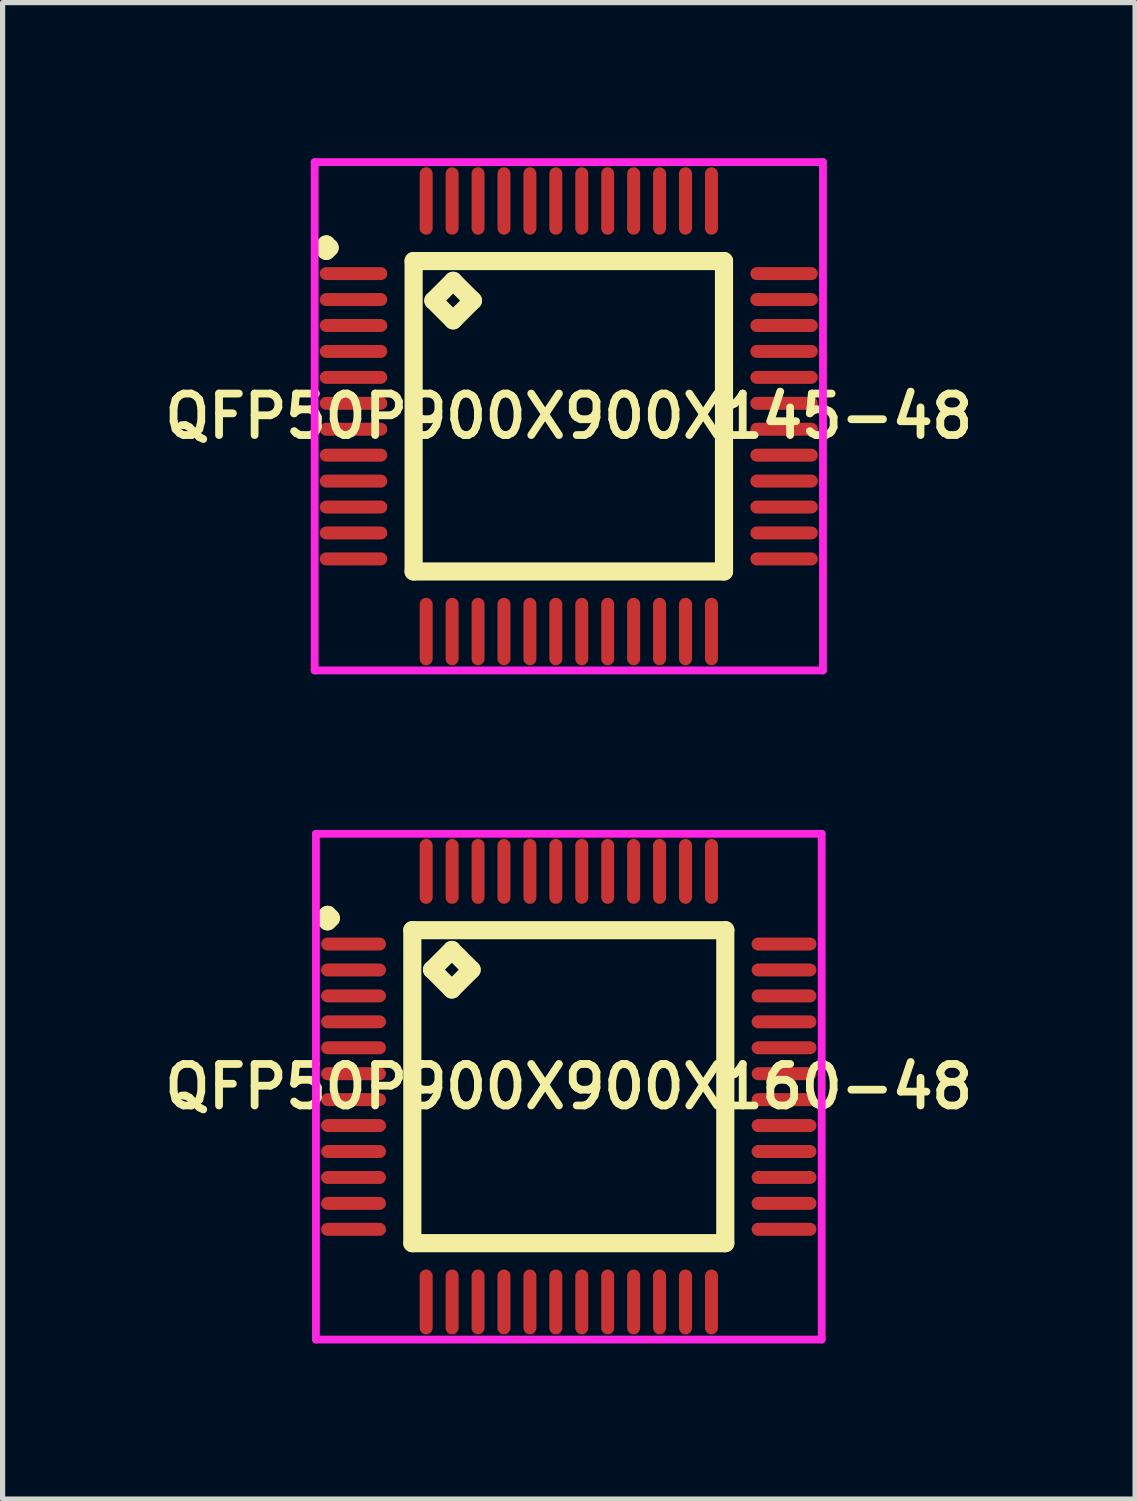
<source format=kicad_pcb>
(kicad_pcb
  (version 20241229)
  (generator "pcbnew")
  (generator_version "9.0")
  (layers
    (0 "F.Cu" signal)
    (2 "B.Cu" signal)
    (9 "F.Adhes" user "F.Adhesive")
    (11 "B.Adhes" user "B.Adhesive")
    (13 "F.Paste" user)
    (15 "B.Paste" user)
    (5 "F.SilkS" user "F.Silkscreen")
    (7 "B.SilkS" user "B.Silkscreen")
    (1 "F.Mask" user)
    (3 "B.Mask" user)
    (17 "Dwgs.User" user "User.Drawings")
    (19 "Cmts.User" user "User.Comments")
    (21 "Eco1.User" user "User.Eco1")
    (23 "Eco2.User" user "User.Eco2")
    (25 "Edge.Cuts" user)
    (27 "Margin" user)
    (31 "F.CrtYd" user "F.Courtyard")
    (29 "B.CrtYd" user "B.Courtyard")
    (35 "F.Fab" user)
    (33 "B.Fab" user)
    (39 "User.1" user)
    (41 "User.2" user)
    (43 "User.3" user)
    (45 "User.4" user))
  (footprint "QFP50P900X900X160-48"
    (layer "F.Cu")
    (at 7.916 17.9)
    (property "Reference" "QFP50P900X900X160-48" (at 0 0 0) (layer "F.SilkS") (effects (font (size 0.8 0.8) (thickness 0.15))))
    (attr smd)
    (fp_line (start -4.713 -3.25) (end -4.65 -3.312) (stroke (width 0.35) (type solid)) (layer "F.SilkS"))
    (fp_line (start -4.65 -3.312) (end -4.588 -3.25) (stroke (width 0.35) (type solid)) (layer "F.SilkS"))
    (fp_line (start -4.65 -3.188) (end -4.713 -3.25) (stroke (width 0.35) (type solid)) (layer "F.SilkS"))
    (fp_line (start -4.588 -3.25) (end -4.65 -3.188) (stroke (width 0.35) (type solid)) (layer "F.SilkS"))
    (fp_line (start -3.017 -3.017) (end -3.017 3.017) (stroke (width 0.35) (type solid)) (layer "F.SilkS"))
    (fp_line (start -3.017 3.017) (end 3.017 3.017) (stroke (width 0.35) (type solid)) (layer "F.SilkS"))
    (fp_line (start -2.636 -2.255) (end -2.255 -2.636) (stroke (width 0.35) (type solid)) (layer "F.SilkS"))
    (fp_line (start -2.255 -2.636) (end -1.874 -2.255) (stroke (width 0.35) (type solid)) (layer "F.SilkS"))
    (fp_line (start -2.255 -1.874) (end -2.636 -2.255) (stroke (width 0.35) (type solid)) (layer "F.SilkS"))
    (fp_line (start -1.874 -2.255) (end -2.255 -1.874) (stroke (width 0.35) (type solid)) (layer "F.SilkS"))
    (fp_line (start 3.017 -3.017) (end -3.017 -3.017) (stroke (width 0.35) (type solid)) (layer "F.SilkS"))
    (fp_line (start 3.017 3.017) (end 3.017 -3.017) (stroke (width 0.35) (type solid)) (layer "F.SilkS"))
    (fp_line (start -4.875 -4.875) (end 4.875 -4.875) (stroke (width 0.15) (type solid)) (layer "F.CrtYd"))
    (fp_line (start -4.875 4.875) (end -4.875 -4.875) (stroke (width 0.15) (type solid)) (layer "F.CrtYd"))
    (fp_line (start 4.875 -4.875) (end 4.875 4.875) (stroke (width 0.15) (type solid)) (layer "F.CrtYd"))
    (fp_line (start 4.875 4.875) (end -4.875 4.875) (stroke (width 0.15) (type solid)) (layer "F.CrtYd"))
    (pad "1" smd oval (at -4.15 -2.75) (size 1.25 0.25) (layers "F.Cu" "F.Mask" "F.Paste"))
    (pad "2" smd oval (at -4.15 -2.25) (size 1.25 0.25) (layers "F.Cu" "F.Mask" "F.Paste"))
    (pad "3" smd oval (at -4.15 -1.75) (size 1.25 0.25) (layers "F.Cu" "F.Mask" "F.Paste"))
    (pad "4" smd oval (at -4.15 -1.25) (size 1.25 0.25) (layers "F.Cu" "F.Mask" "F.Paste"))
    (pad "5" smd oval (at -4.15 -0.75) (size 1.25 0.25) (layers "F.Cu" "F.Mask" "F.Paste"))
    (pad "6" smd oval (at -4.15 -0.25) (size 1.25 0.25) (layers "F.Cu" "F.Mask" "F.Paste"))
    (pad "7" smd oval (at -4.15 0.25) (size 1.25 0.25) (layers "F.Cu" "F.Mask" "F.Paste"))
    (pad "8" smd oval (at -4.15 0.75) (size 1.25 0.25) (layers "F.Cu" "F.Mask" "F.Paste"))
    (pad "9" smd oval (at -4.15 1.25) (size 1.25 0.25) (layers "F.Cu" "F.Mask" "F.Paste"))
    (pad "10" smd oval (at -4.15 1.75) (size 1.25 0.25) (layers "F.Cu" "F.Mask" "F.Paste"))
    (pad "11" smd oval (at -4.15 2.25) (size 1.25 0.25) (layers "F.Cu" "F.Mask" "F.Paste"))
    (pad "12" smd oval (at -4.15 2.75) (size 1.25 0.25) (layers "F.Cu" "F.Mask" "F.Paste"))
    (pad "13" smd oval (at -2.75 4.15) (size 0.25 1.25) (layers "F.Cu" "F.Mask" "F.Paste"))
    (pad "14" smd oval (at -2.25 4.15) (size 0.25 1.25) (layers "F.Cu" "F.Mask" "F.Paste"))
    (pad "15" smd oval (at -1.75 4.15) (size 0.25 1.25) (layers "F.Cu" "F.Mask" "F.Paste"))
    (pad "16" smd oval (at -1.25 4.15) (size 0.25 1.25) (layers "F.Cu" "F.Mask" "F.Paste"))
    (pad "17" smd oval (at -0.75 4.15) (size 0.25 1.25) (layers "F.Cu" "F.Mask" "F.Paste"))
    (pad "18" smd oval (at -0.25 4.15) (size 0.25 1.25) (layers "F.Cu" "F.Mask" "F.Paste"))
    (pad "19" smd oval (at 0.25 4.15) (size 0.25 1.25) (layers "F.Cu" "F.Mask" "F.Paste"))
    (pad "20" smd oval (at 0.75 4.15) (size 0.25 1.25) (layers "F.Cu" "F.Mask" "F.Paste"))
    (pad "21" smd oval (at 1.25 4.15) (size 0.25 1.25) (layers "F.Cu" "F.Mask" "F.Paste"))
    (pad "22" smd oval (at 1.75 4.15) (size 0.25 1.25) (layers "F.Cu" "F.Mask" "F.Paste"))
    (pad "23" smd oval (at 2.25 4.15) (size 0.25 1.25) (layers "F.Cu" "F.Mask" "F.Paste"))
    (pad "24" smd oval (at 2.75 4.15) (size 0.25 1.25) (layers "F.Cu" "F.Mask" "F.Paste"))
    (pad "25" smd oval (at 4.15 2.75) (size 1.25 0.25) (layers "F.Cu" "F.Mask" "F.Paste"))
    (pad "26" smd oval (at 4.15 2.25) (size 1.25 0.25) (layers "F.Cu" "F.Mask" "F.Paste"))
    (pad "27" smd oval (at 4.15 1.75) (size 1.25 0.25) (layers "F.Cu" "F.Mask" "F.Paste"))
    (pad "28" smd oval (at 4.15 1.25) (size 1.25 0.25) (layers "F.Cu" "F.Mask" "F.Paste"))
    (pad "29" smd oval (at 4.15 0.75) (size 1.25 0.25) (layers "F.Cu" "F.Mask" "F.Paste"))
    (pad "30" smd oval (at 4.15 0.25) (size 1.25 0.25) (layers "F.Cu" "F.Mask" "F.Paste"))
    (pad "31" smd oval (at 4.15 -0.25) (size 1.25 0.25) (layers "F.Cu" "F.Mask" "F.Paste"))
    (pad "32" smd oval (at 4.15 -0.75) (size 1.25 0.25) (layers "F.Cu" "F.Mask" "F.Paste"))
    (pad "33" smd oval (at 4.15 -1.25) (size 1.25 0.25) (layers "F.Cu" "F.Mask" "F.Paste"))
    (pad "34" smd oval (at 4.15 -1.75) (size 1.25 0.25) (layers "F.Cu" "F.Mask" "F.Paste"))
    (pad "35" smd oval (at 4.15 -2.25) (size 1.25 0.25) (layers "F.Cu" "F.Mask" "F.Paste"))
    (pad "36" smd oval (at 4.15 -2.75) (size 1.25 0.25) (layers "F.Cu" "F.Mask" "F.Paste"))
    (pad "37" smd oval (at 2.75 -4.15) (size 0.25 1.25) (layers "F.Cu" "F.Mask" "F.Paste"))
    (pad "38" smd oval (at 2.25 -4.15) (size 0.25 1.25) (layers "F.Cu" "F.Mask" "F.Paste"))
    (pad "39" smd oval (at 1.75 -4.15) (size 0.25 1.25) (layers "F.Cu" "F.Mask" "F.Paste"))
    (pad "40" smd oval (at 1.25 -4.15) (size 0.25 1.25) (layers "F.Cu" "F.Mask" "F.Paste"))
    (pad "41" smd oval (at 0.75 -4.15) (size 0.25 1.25) (layers "F.Cu" "F.Mask" "F.Paste"))
    (pad "42" smd oval (at 0.25 -4.15) (size 0.25 1.25) (layers "F.Cu" "F.Mask" "F.Paste"))
    (pad "43" smd oval (at -0.25 -4.15) (size 0.25 1.25) (layers "F.Cu" "F.Mask" "F.Paste"))
    (pad "44" smd oval (at -0.75 -4.15) (size 0.25 1.25) (layers "F.Cu" "F.Mask" "F.Paste"))
    (pad "45" smd oval (at -1.25 -4.15) (size 0.25 1.25) (layers "F.Cu" "F.Mask" "F.Paste"))
    (pad "46" smd oval (at -1.75 -4.15) (size 0.25 1.25) (layers "F.Cu" "F.Mask" "F.Paste"))
    (pad "47" smd oval (at -2.25 -4.15) (size 0.25 1.25) (layers "F.Cu" "F.Mask" "F.Paste"))
    (pad "48" smd oval (at -2.75 -4.15) (size 0.25 1.25) (layers "F.Cu" "F.Mask" "F.Paste")))
  (footprint "QFP50P900X900X145-48"
    (layer "F.Cu")
    (at 7.916 4.975)
    (property "Reference" "QFP50P900X900X145-48" (at 0 0 0) (layer "F.SilkS") (effects (font (size 0.8 0.8) (thickness 0.15))))
    (attr smd)
    (fp_line (start -4.737 -3.25) (end -4.675 -3.312) (stroke (width 0.35) (type solid)) (layer "F.SilkS"))
    (fp_line (start -4.675 -3.312) (end -4.612 -3.25) (stroke (width 0.35) (type solid)) (layer "F.SilkS"))
    (fp_line (start -4.675 -3.188) (end -4.737 -3.25) (stroke (width 0.35) (type solid)) (layer "F.SilkS"))
    (fp_line (start -4.612 -3.25) (end -4.675 -3.188) (stroke (width 0.35) (type solid)) (layer "F.SilkS"))
    (fp_line (start -2.992 -2.992) (end -2.992 2.992) (stroke (width 0.35) (type solid)) (layer "F.SilkS"))
    (fp_line (start -2.992 2.992) (end 2.992 2.992) (stroke (width 0.35) (type solid)) (layer "F.SilkS"))
    (fp_line (start -2.611 -2.23) (end -2.23 -2.611) (stroke (width 0.35) (type solid)) (layer "F.SilkS"))
    (fp_line (start -2.23 -2.611) (end -1.849 -2.23) (stroke (width 0.35) (type solid)) (layer "F.SilkS"))
    (fp_line (start -2.23 -1.849) (end -2.611 -2.23) (stroke (width 0.35) (type solid)) (layer "F.SilkS"))
    (fp_line (start -1.849 -2.23) (end -2.23 -1.849) (stroke (width 0.35) (type solid)) (layer "F.SilkS"))
    (fp_line (start 2.992 -2.992) (end -2.992 -2.992) (stroke (width 0.35) (type solid)) (layer "F.SilkS"))
    (fp_line (start 2.992 2.992) (end 2.992 -2.992) (stroke (width 0.35) (type solid)) (layer "F.SilkS"))
    (fp_line (start -4.9 -4.9) (end 4.9 -4.9) (stroke (width 0.15) (type solid)) (layer "F.CrtYd"))
    (fp_line (start -4.9 4.9) (end -4.9 -4.9) (stroke (width 0.15) (type solid)) (layer "F.CrtYd"))
    (fp_line (start 4.9 -4.9) (end 4.9 4.9) (stroke (width 0.15) (type solid)) (layer "F.CrtYd"))
    (fp_line (start 4.9 4.9) (end -4.9 4.9) (stroke (width 0.15) (type solid)) (layer "F.CrtYd"))
    (pad "1" smd oval (at -4.15 -2.75) (size 1.3 0.25) (layers "F.Cu" "F.Mask" "F.Paste"))
    (pad "2" smd oval (at -4.15 -2.25) (size 1.3 0.25) (layers "F.Cu" "F.Mask" "F.Paste"))
    (pad "3" smd oval (at -4.15 -1.75) (size 1.3 0.25) (layers "F.Cu" "F.Mask" "F.Paste"))
    (pad "4" smd oval (at -4.15 -1.25) (size 1.3 0.25) (layers "F.Cu" "F.Mask" "F.Paste"))
    (pad "5" smd oval (at -4.15 -0.75) (size 1.3 0.25) (layers "F.Cu" "F.Mask" "F.Paste"))
    (pad "6" smd oval (at -4.15 -0.25) (size 1.3 0.25) (layers "F.Cu" "F.Mask" "F.Paste"))
    (pad "7" smd oval (at -4.15 0.25) (size 1.3 0.25) (layers "F.Cu" "F.Mask" "F.Paste"))
    (pad "8" smd oval (at -4.15 0.75) (size 1.3 0.25) (layers "F.Cu" "F.Mask" "F.Paste"))
    (pad "9" smd oval (at -4.15 1.25) (size 1.3 0.25) (layers "F.Cu" "F.Mask" "F.Paste"))
    (pad "10" smd oval (at -4.15 1.75) (size 1.3 0.25) (layers "F.Cu" "F.Mask" "F.Paste"))
    (pad "11" smd oval (at -4.15 2.25) (size 1.3 0.25) (layers "F.Cu" "F.Mask" "F.Paste"))
    (pad "12" smd oval (at -4.15 2.75) (size 1.3 0.25) (layers "F.Cu" "F.Mask" "F.Paste"))
    (pad "13" smd oval (at -2.75 4.15) (size 0.25 1.3) (layers "F.Cu" "F.Mask" "F.Paste"))
    (pad "14" smd oval (at -2.25 4.15) (size 0.25 1.3) (layers "F.Cu" "F.Mask" "F.Paste"))
    (pad "15" smd oval (at -1.75 4.15) (size 0.25 1.3) (layers "F.Cu" "F.Mask" "F.Paste"))
    (pad "16" smd oval (at -1.25 4.15) (size 0.25 1.3) (layers "F.Cu" "F.Mask" "F.Paste"))
    (pad "17" smd oval (at -0.75 4.15) (size 0.25 1.3) (layers "F.Cu" "F.Mask" "F.Paste"))
    (pad "18" smd oval (at -0.25 4.15) (size 0.25 1.3) (layers "F.Cu" "F.Mask" "F.Paste"))
    (pad "19" smd oval (at 0.25 4.15) (size 0.25 1.3) (layers "F.Cu" "F.Mask" "F.Paste"))
    (pad "20" smd oval (at 0.75 4.15) (size 0.25 1.3) (layers "F.Cu" "F.Mask" "F.Paste"))
    (pad "21" smd oval (at 1.25 4.15) (size 0.25 1.3) (layers "F.Cu" "F.Mask" "F.Paste"))
    (pad "22" smd oval (at 1.75 4.15) (size 0.25 1.3) (layers "F.Cu" "F.Mask" "F.Paste"))
    (pad "23" smd oval (at 2.25 4.15) (size 0.25 1.3) (layers "F.Cu" "F.Mask" "F.Paste"))
    (pad "24" smd oval (at 2.75 4.15) (size 0.25 1.3) (layers "F.Cu" "F.Mask" "F.Paste"))
    (pad "25" smd oval (at 4.15 2.75) (size 1.3 0.25) (layers "F.Cu" "F.Mask" "F.Paste"))
    (pad "26" smd oval (at 4.15 2.25) (size 1.3 0.25) (layers "F.Cu" "F.Mask" "F.Paste"))
    (pad "27" smd oval (at 4.15 1.75) (size 1.3 0.25) (layers "F.Cu" "F.Mask" "F.Paste"))
    (pad "28" smd oval (at 4.15 1.25) (size 1.3 0.25) (layers "F.Cu" "F.Mask" "F.Paste"))
    (pad "29" smd oval (at 4.15 0.75) (size 1.3 0.25) (layers "F.Cu" "F.Mask" "F.Paste"))
    (pad "30" smd oval (at 4.15 0.25) (size 1.3 0.25) (layers "F.Cu" "F.Mask" "F.Paste"))
    (pad "31" smd oval (at 4.15 -0.25) (size 1.3 0.25) (layers "F.Cu" "F.Mask" "F.Paste"))
    (pad "32" smd oval (at 4.15 -0.75) (size 1.3 0.25) (layers "F.Cu" "F.Mask" "F.Paste"))
    (pad "33" smd oval (at 4.15 -1.25) (size 1.3 0.25) (layers "F.Cu" "F.Mask" "F.Paste"))
    (pad "34" smd oval (at 4.15 -1.75) (size 1.3 0.25) (layers "F.Cu" "F.Mask" "F.Paste"))
    (pad "35" smd oval (at 4.15 -2.25) (size 1.3 0.25) (layers "F.Cu" "F.Mask" "F.Paste"))
    (pad "36" smd oval (at 4.15 -2.75) (size 1.3 0.25) (layers "F.Cu" "F.Mask" "F.Paste"))
    (pad "37" smd oval (at 2.75 -4.15) (size 0.25 1.3) (layers "F.Cu" "F.Mask" "F.Paste"))
    (pad "38" smd oval (at 2.25 -4.15) (size 0.25 1.3) (layers "F.Cu" "F.Mask" "F.Paste"))
    (pad "39" smd oval (at 1.75 -4.15) (size 0.25 1.3) (layers "F.Cu" "F.Mask" "F.Paste"))
    (pad "40" smd oval (at 1.25 -4.15) (size 0.25 1.3) (layers "F.Cu" "F.Mask" "F.Paste"))
    (pad "41" smd oval (at 0.75 -4.15) (size 0.25 1.3) (layers "F.Cu" "F.Mask" "F.Paste"))
    (pad "42" smd oval (at 0.25 -4.15) (size 0.25 1.3) (layers "F.Cu" "F.Mask" "F.Paste"))
    (pad "43" smd oval (at -0.25 -4.15) (size 0.25 1.3) (layers "F.Cu" "F.Mask" "F.Paste"))
    (pad "44" smd oval (at -0.75 -4.15) (size 0.25 1.3) (layers "F.Cu" "F.Mask" "F.Paste"))
    (pad "45" smd oval (at -1.25 -4.15) (size 0.25 1.3) (layers "F.Cu" "F.Mask" "F.Paste"))
    (pad "46" smd oval (at -1.75 -4.15) (size 0.25 1.3) (layers "F.Cu" "F.Mask" "F.Paste"))
    (pad "47" smd oval (at -2.25 -4.15) (size 0.25 1.3) (layers "F.Cu" "F.Mask" "F.Paste"))
    (pad "48" smd oval (at -2.75 -4.15) (size 0.25 1.3) (layers "F.Cu" "F.Mask" "F.Paste")))
  (gr_rect
    (start -3 -3)
    (end 18.833 25.85)
    (stroke (width 0.1) (type default))
    (fill no)
    (layer "Edge.Cuts")))
</source>
